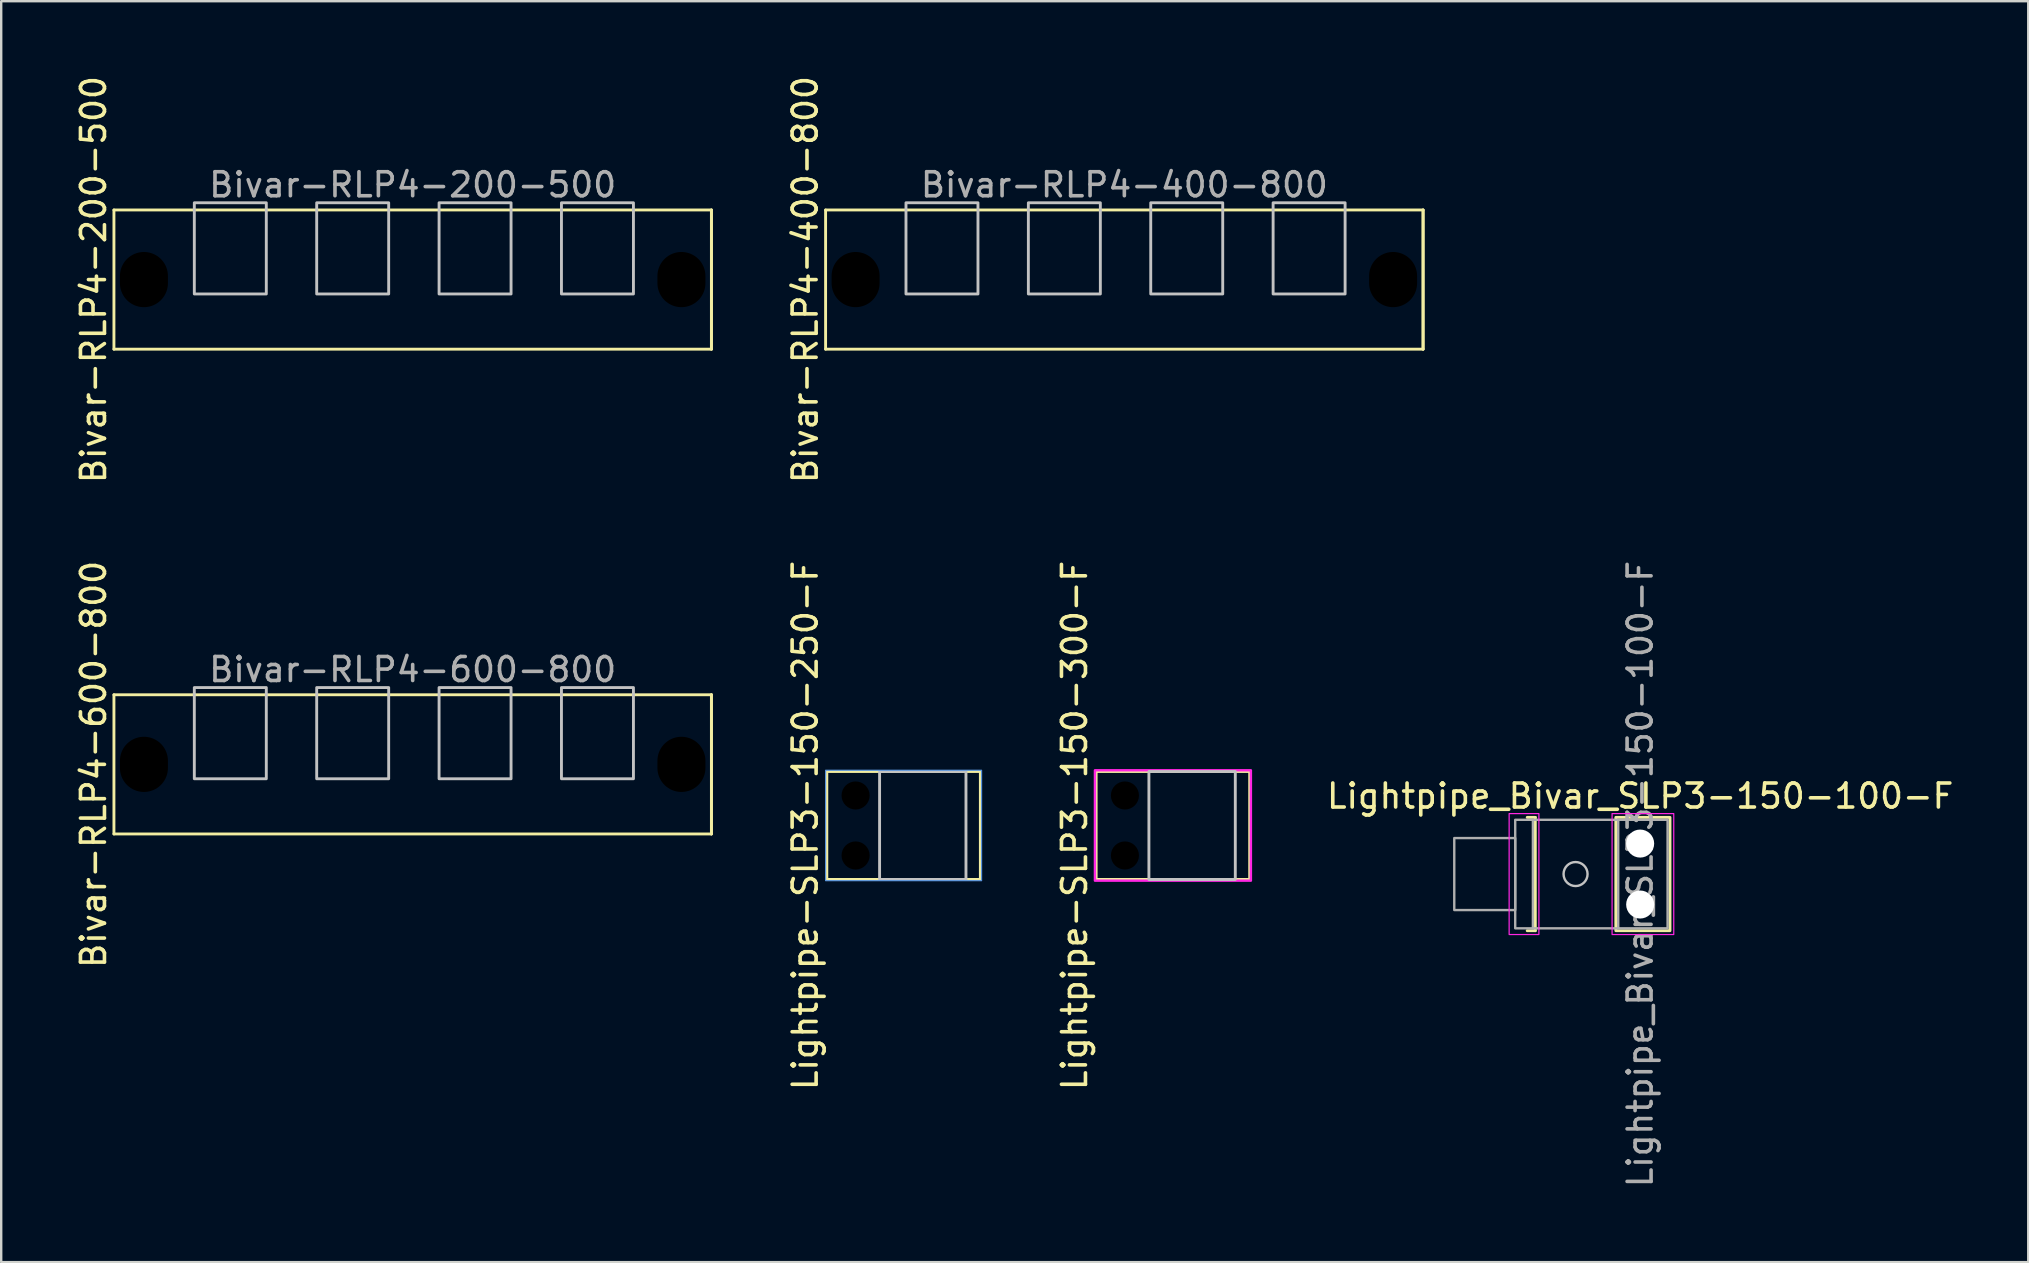
<source format=kicad_pcb>
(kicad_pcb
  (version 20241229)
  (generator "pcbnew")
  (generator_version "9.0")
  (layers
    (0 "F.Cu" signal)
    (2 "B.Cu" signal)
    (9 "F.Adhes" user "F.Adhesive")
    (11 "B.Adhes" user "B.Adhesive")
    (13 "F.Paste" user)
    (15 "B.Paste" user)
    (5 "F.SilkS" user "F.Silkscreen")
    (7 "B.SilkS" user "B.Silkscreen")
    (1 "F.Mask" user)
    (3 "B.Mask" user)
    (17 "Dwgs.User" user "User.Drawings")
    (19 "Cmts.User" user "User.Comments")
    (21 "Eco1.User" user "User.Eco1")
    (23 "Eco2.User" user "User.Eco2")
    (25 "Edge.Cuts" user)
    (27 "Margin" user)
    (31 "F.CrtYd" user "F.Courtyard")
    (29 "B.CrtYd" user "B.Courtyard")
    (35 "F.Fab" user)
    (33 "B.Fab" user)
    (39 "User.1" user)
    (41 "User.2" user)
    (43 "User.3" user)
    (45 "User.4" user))
  (footprint "Bivar-RLP4-200-500"
    (layer "F.Cu")
    (at 14.148 7.301)
    (property "Reference" "Bivar-RLP4-200-500" (at -13.3 1.3 90) (unlocked yes) (layer "F.SilkS") (effects (font (size 1 1) (thickness 0.15))))
    (attr through_hole allow_missing_courtyard)
    (fp_line (start -12.45 -1.6) (end -12.45 4.2) (stroke (width 0.12) (type default)) (layer "F.SilkS"))
    (fp_line (start -12.45 -1.6) (end 12.45 -1.6) (stroke (width 0.12) (type default)) (layer "F.SilkS"))
    (fp_line (start 12.45 -1.6) (end 12.45 4.2) (stroke (width 0.12) (type default)) (layer "F.SilkS"))
    (fp_line (start 12.45 -1.6) (end 12.45 4.2) (stroke (width 0.12) (type default)) (layer "F.SilkS"))
    (fp_line (start 12.45 4.2) (end -12.45 4.2) (stroke (width 0.12) (type default)) (layer "F.SilkS"))
    (fp_rect (start -9.1 -1.9) (end -6.1 1.9) (stroke (width 0.12) (type default)) (fill no) (layer "Dwgs.User"))
    (fp_rect (start -4 -1.9) (end -1 1.9) (stroke (width 0.12) (type default)) (fill no) (layer "Dwgs.User"))
    (fp_rect (start 1.1 -1.9) (end 4.1 1.9) (stroke (width 0.12) (type default)) (fill no) (layer "Dwgs.User"))
    (fp_rect (start 6.2 -1.9) (end 9.2 1.9) (stroke (width 0.12) (type default)) (fill no) (layer "Dwgs.User"))
    (fp_text user "${REFERENCE}" (at 0 -2.65 0) (unlocked yes) (layer "F.Fab") (effects (font (size 1 1) (thickness 0.15))))
    (pad "" np_thru_hole oval (at -11.2 1.3) (size 2 2.3) (drill oval 2 2.3) (layers "*.Mask"))
    (pad "" np_thru_hole oval (at 11.2 1.3) (size 2 2.3) (drill oval 2 2.3) (layers "*.Mask")))
  (footprint "Bivar-RLP4-600-800"
    (layer "F.Cu")
    (at 14.148 27.504)
    (property "Reference" "Bivar-RLP4-600-800" (at -13.3 1.3 90) (unlocked yes) (layer "F.SilkS") (effects (font (size 1 1) (thickness 0.15))))
    (attr through_hole allow_missing_courtyard)
    (fp_line (start -12.45 -1.6) (end -12.45 4.2) (stroke (width 0.12) (type default)) (layer "F.SilkS"))
    (fp_line (start -12.45 -1.6) (end 12.45 -1.6) (stroke (width 0.12) (type default)) (layer "F.SilkS"))
    (fp_line (start 12.45 -1.6) (end 12.45 4.2) (stroke (width 0.12) (type default)) (layer "F.SilkS"))
    (fp_line (start 12.45 -1.6) (end 12.45 4.2) (stroke (width 0.12) (type default)) (layer "F.SilkS"))
    (fp_line (start 12.45 4.2) (end -12.45 4.2) (stroke (width 0.12) (type default)) (layer "F.SilkS"))
    (fp_rect (start -9.1 -1.9) (end -6.1 1.9) (stroke (width 0.12) (type default)) (fill no) (layer "Dwgs.User"))
    (fp_rect (start -4 -1.9) (end -1 1.9) (stroke (width 0.12) (type default)) (fill no) (layer "Dwgs.User"))
    (fp_rect (start 1.1 -1.9) (end 4.1 1.9) (stroke (width 0.12) (type default)) (fill no) (layer "Dwgs.User"))
    (fp_rect (start 6.2 -1.9) (end 9.2 1.9) (stroke (width 0.12) (type default)) (fill no) (layer "Dwgs.User"))
    (fp_text user "${REFERENCE}" (at 0 -2.65 0) (unlocked yes) (layer "F.Fab") (effects (font (size 1 1) (thickness 0.15))))
    (pad "" np_thru_hole oval (at -11.2 1.3) (size 2 2.3) (drill oval 2 2.3) (layers "*.Mask"))
    (pad "" np_thru_hole oval (at 11.2 1.3) (size 2 2.3) (drill oval 2 2.3) (layers "*.Mask")))
  (footprint "Lightpipe-SLP3-150-300-F"
    (layer "F.Cu")
    (at 43.83 31.351)
    (property "Reference" "Lightpipe-SLP3-150-300-F" (at -2.1 0 90) (unlocked yes) (layer "F.SilkS") (effects (font (size 1 1) (thickness 0.15))))
    (fp_line (start -1.2 -2.25) (end -1.2 2.25) (stroke (width 0.12) (type default)) (layer "F.SilkS"))
    (fp_line (start -1.2 -2.25) (end 5.2 -2.25) (stroke (width 0.12) (type default)) (layer "F.SilkS"))
    (fp_line (start -1.2 2.25) (end 5.2 2.25) (stroke (width 0.12) (type default)) (layer "F.SilkS"))
    (fp_line (start 5.2 -2.25) (end 5.2 2.25) (stroke (width 0.12) (type default)) (layer "F.SilkS"))
    (fp_rect (start 1 -2.25) (end 4.6 2.25) (stroke (width 0.12) (type default)) (fill no) (layer "Dwgs.User"))
    (fp_rect (start -1.25 -2.3) (end 5.25 2.3) (stroke (width 0.1) (type solid)) (fill no) (layer "F.CrtYd"))
    (pad "" np_thru_hole circle (at 0 -1.25) (size 1.17 1.17) (drill 1.17) (layers "*.Mask"))
    (pad "" np_thru_hole circle (at 0 1.25) (size 1.17 1.17) (drill 1.17) (layers "*.Mask")))
  (footprint "Lightpipe_Bivar_SLP3-150-100-F"
    (layer "F.Cu")
    (at 65.302 33.375)
    (property "Reference" "Lightpipe_Bivar_SLP3-150-100-F" (at 0 -3.25 0) (layer "F.SilkS") (effects (font (size 1 1) (thickness 0.15))))
    (fp_line (start -4.707 -2.361) (end -4.37 -2.361) (stroke (width 0.12) (type default)) (layer "F.SilkS"))
    (fp_line (start -4.37 -2.361) (end -4.37 2.361) (stroke (width 0.12) (type default)) (layer "F.SilkS"))
    (fp_line (start -4.37 2.361) (end -4.707 2.361) (stroke (width 0.12) (type default)) (layer "F.SilkS"))
    (fp_rect (start -1.014 2.361) (end 1.243 -2.361) (stroke (width 0.12) (type solid)) (fill no) (layer "F.SilkS"))
    (fp_circle (center -2.692 0) (end -2.192 0) (stroke (width 0.1) (type solid)) (fill no) (layer "Dwgs.User"))
    (fp_rect (start -5.46 -2.52) (end -4.22 2.52) (stroke (width 0.05) (type solid)) (fill no) (layer "F.CrtYd"))
    (fp_rect (start -1.17 -2.52) (end 1.4 2.52) (stroke (width 0.05) (type solid)) (fill no) (layer "F.CrtYd"))
    (fp_line (start -4.47 -2.261) (end -0.914 -2.261) (stroke (width 0.1) (type solid)) (layer "F.Fab"))
    (fp_line (start -4.47 2.261) (end -0.914 2.261) (stroke (width 0.1) (type solid)) (layer "F.Fab"))
    (fp_rect (start -5.207 -2.261) (end -4.47 2.261) (stroke (width 0.1) (type solid)) (fill no) (layer "F.Fab"))
    (fp_rect (start -5.207 -1.5) (end -7.747 1.5) (stroke (width 0.1) (type solid)) (fill no) (layer "F.Fab"))
    (fp_rect (start -0.914 -2.261) (end 1.143 2.261) (stroke (width 0.1) (type solid)) (fill no) (layer "F.Fab"))
    (fp_text user "${REFERENCE}" (at 0 0 90) (layer "F.Fab") (effects (font (size 1 1) (thickness 0.15))))
    (pad "" np_thru_hole circle (at 0 -1.27) (size 1.168 1.168) (drill 1.168) (layers "*.Cu" "*.Mask"))
    (pad "" np_thru_hole circle (at 0 1.27) (size 1.168 1.168) (drill 1.168) (layers "*.Cu" "*.Mask")))
  (footprint "Bivar-RLP4-400-800"
    (layer "F.Cu")
    (at 43.806 7.301)
    (property "Reference" "Bivar-RLP4-400-800" (at -13.3 1.3 90) (unlocked yes) (layer "F.SilkS") (effects (font (size 1 1) (thickness 0.15))))
    (attr through_hole allow_missing_courtyard)
    (fp_line (start -12.45 -1.6) (end -12.45 4.2) (stroke (width 0.12) (type default)) (layer "F.SilkS"))
    (fp_line (start -12.45 -1.6) (end 12.45 -1.6) (stroke (width 0.12) (type default)) (layer "F.SilkS"))
    (fp_line (start 12.45 -1.6) (end 12.45 4.2) (stroke (width 0.12) (type default)) (layer "F.SilkS"))
    (fp_line (start 12.45 -1.6) (end 12.45 4.2) (stroke (width 0.12) (type default)) (layer "F.SilkS"))
    (fp_line (start 12.45 4.2) (end -12.45 4.2) (stroke (width 0.12) (type default)) (layer "F.SilkS"))
    (fp_rect (start -9.1 -1.9) (end -6.1 1.9) (stroke (width 0.12) (type default)) (fill no) (layer "Dwgs.User"))
    (fp_rect (start -4 -1.9) (end -1 1.9) (stroke (width 0.12) (type default)) (fill no) (layer "Dwgs.User"))
    (fp_rect (start 1.1 -1.9) (end 4.1 1.9) (stroke (width 0.12) (type default)) (fill no) (layer "Dwgs.User"))
    (fp_rect (start 6.2 -1.9) (end 9.2 1.9) (stroke (width 0.12) (type default)) (fill no) (layer "Dwgs.User"))
    (fp_text user "${REFERENCE}" (at 0 -2.65 0) (unlocked yes) (layer "F.Fab") (effects (font (size 1 1) (thickness 0.15))))
    (pad "" np_thru_hole oval (at -11.2 1.3) (size 2 2.3) (drill oval 2 2.3) (layers "*.Mask"))
    (pad "" np_thru_hole oval (at 11.2 1.3) (size 2 2.3) (drill oval 2 2.3) (layers "*.Mask")))
  (footprint "Lightpipe-SLP3-150-250-F"
    (layer "F.Cu")
    (at 32.606 31.351)
    (property "Reference" "Lightpipe-SLP3-150-250-F" (at -2.1 0 90) (unlocked yes) (layer "F.SilkS") (effects (font (size 1 1) (thickness 0.15))))
    (fp_line (start -1.2 -2.25) (end -1.2 2.25) (stroke (width 0.12) (type default)) (layer "F.SilkS"))
    (fp_line (start -1.2 -2.25) (end 5.2 -2.25) (stroke (width 0.12) (type default)) (layer "F.SilkS"))
    (fp_line (start -1.2 2.25) (end 5.2 2.25) (stroke (width 0.12) (type default)) (layer "F.SilkS"))
    (fp_line (start 5.2 -2.25) (end 5.2 2.25) (stroke (width 0.12) (type default)) (layer "F.SilkS"))
    (fp_rect (start 1 -2.25) (end 4.6 2.25) (stroke (width 0.12) (type default)) (fill no) (layer "Dwgs.User"))
    (fp_rect (start -1.25 -2.3) (end 5.25 2.3) (stroke (width 0.05) (type solid)) (fill no) (layer "Cmts.User"))
    (pad "" np_thru_hole circle (at 0 -1.25) (size 1.17 1.17) (drill 1.17) (layers "*.Mask"))
    (pad "" np_thru_hole circle (at 0 1.25) (size 1.17 1.17) (drill 1.17) (layers "*.Mask")))
  (gr_rect
    (start -3 -3)
    (end 81.475 49.548)
    (stroke (width 0.1) (type default))
    (fill no)
    (layer "Edge.Cuts")))
</source>
